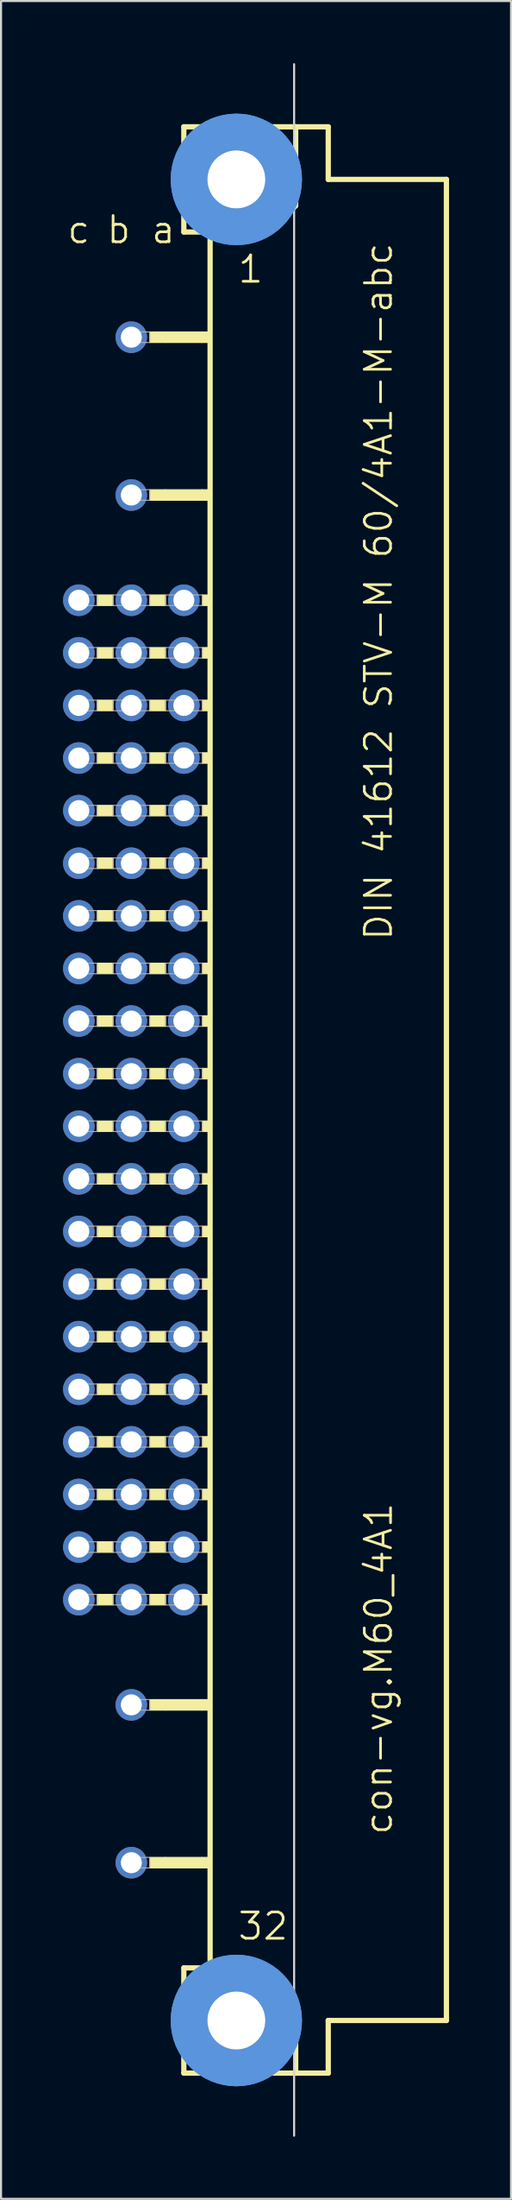
<source format=kicad_pcb>
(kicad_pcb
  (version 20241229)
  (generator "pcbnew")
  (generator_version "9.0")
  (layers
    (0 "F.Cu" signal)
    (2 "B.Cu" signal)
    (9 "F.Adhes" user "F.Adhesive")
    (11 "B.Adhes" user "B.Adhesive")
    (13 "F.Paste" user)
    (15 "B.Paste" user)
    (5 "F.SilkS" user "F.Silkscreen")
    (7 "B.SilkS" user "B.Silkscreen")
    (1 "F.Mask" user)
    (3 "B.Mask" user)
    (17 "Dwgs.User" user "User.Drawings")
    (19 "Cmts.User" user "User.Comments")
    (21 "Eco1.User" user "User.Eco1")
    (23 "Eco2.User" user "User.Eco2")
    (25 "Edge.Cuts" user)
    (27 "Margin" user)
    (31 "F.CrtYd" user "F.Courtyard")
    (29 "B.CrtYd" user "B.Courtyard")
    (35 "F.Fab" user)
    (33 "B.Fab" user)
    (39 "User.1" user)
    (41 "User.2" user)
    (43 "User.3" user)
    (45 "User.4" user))
  (footprint "con-vg.M60_4A1"
    (layer "F.Cu")
    (at 8.382 50.063)
    (property "Reference" "con-vg.M60_4A1" (at 7.62 35.56 90) (layer "F.SilkS") (effects (font (size 1.27 1.27) (thickness 0.13)) (justify left bottom)))
    (attr through_hole)
    (fp_line (start -2.54 -46.99) (end -2.54 -41.91) (stroke (width 0.254) (type default)) (layer "F.SilkS"))
    (fp_line (start -2.54 -41.91) (end -1.27 -41.91) (stroke (width 0.254) (type default)) (layer "F.SilkS"))
    (fp_line (start -2.54 41.91) (end -2.54 46.99) (stroke (width 0.254) (type default)) (layer "F.SilkS"))
    (fp_line (start -2.54 41.91) (end -1.27 41.91) (stroke (width 0.254) (type default)) (layer "F.SilkS"))
    (fp_line (start -2.54 46.99) (end 2.87 46.99) (stroke (width 0.254) (type default)) (layer "F.SilkS"))
    (fp_line (start -1.27 -41.91) (end -1.27 41.91) (stroke (width 0.254) (type default)) (layer "F.SilkS"))
    (fp_line (start -1.27 -41.91) (end 1.6 -41.91) (stroke (width 0.254) (type default)) (layer "F.SilkS"))
    (fp_line (start -1.27 41.91) (end 1.27 41.91) (stroke (width 0.254) (type default)) (layer "F.SilkS"))
    (fp_line (start 1.6 -41.91) (end 2.87 -43.18) (stroke (width 0.254) (type default)) (layer "F.SilkS"))
    (fp_line (start 2.87 -46.99) (end -2.54 -46.99) (stroke (width 0.254) (type default)) (layer "F.SilkS"))
    (fp_line (start 2.87 -43.18) (end 2.87 -46.99) (stroke (width 0.254) (type default)) (layer "F.SilkS"))
    (fp_line (start 2.87 43.51) (end 1.27 41.91) (stroke (width 0.254) (type default)) (layer "F.SilkS"))
    (fp_line (start 2.87 43.51) (end 2.87 46.99) (stroke (width 0.254) (type default)) (layer "F.SilkS"))
    (fp_line (start 2.87 46.99) (end 4.445 46.99) (stroke (width 0.254) (type default)) (layer "F.SilkS"))
    (fp_line (start 4.445 -46.99) (end 2.87 -46.99) (stroke (width 0.254) (type default)) (layer "F.SilkS"))
    (fp_line (start 4.445 -44.45) (end 4.445 -46.99) (stroke (width 0.254) (type default)) (layer "F.SilkS"))
    (fp_line (start 4.445 44.45) (end 10.16 44.45) (stroke (width 0.254) (type default)) (layer "F.SilkS"))
    (fp_line (start 4.445 46.99) (end 4.445 44.45) (stroke (width 0.254) (type default)) (layer "F.SilkS"))
    (fp_line (start 10.16 -44.45) (end 4.445 -44.45) (stroke (width 0.254) (type default)) (layer "F.SilkS"))
    (fp_line (start 10.16 44.45) (end 10.16 -44.45) (stroke (width 0.254) (type default)) (layer "F.SilkS"))
    (fp_rect (start -6.731 -23.876) (end -5.969 -24.384) (stroke (width 0.05) (type default)) (fill yes) (layer "F.SilkS"))
    (fp_rect (start -6.731 -21.336) (end -5.969 -21.844) (stroke (width 0.05) (type default)) (fill yes) (layer "F.SilkS"))
    (fp_rect (start -6.731 -18.796) (end -5.969 -19.304) (stroke (width 0.05) (type default)) (fill yes) (layer "F.SilkS"))
    (fp_rect (start -6.731 -16.256) (end -5.969 -16.764) (stroke (width 0.05) (type default)) (fill yes) (layer "F.SilkS"))
    (fp_rect (start -6.731 -13.716) (end -5.969 -14.224) (stroke (width 0.05) (type default)) (fill yes) (layer "F.SilkS"))
    (fp_rect (start -6.731 -11.176) (end -5.969 -11.684) (stroke (width 0.05) (type default)) (fill yes) (layer "F.SilkS"))
    (fp_rect (start -6.731 -8.636) (end -5.969 -9.144) (stroke (width 0.05) (type default)) (fill yes) (layer "F.SilkS"))
    (fp_rect (start -6.731 -6.096) (end -5.969 -6.604) (stroke (width 0.05) (type default)) (fill yes) (layer "F.SilkS"))
    (fp_rect (start -6.731 -3.556) (end -5.969 -4.064) (stroke (width 0.05) (type default)) (fill yes) (layer "F.SilkS"))
    (fp_rect (start -6.731 -1.016) (end -5.969 -1.524) (stroke (width 0.05) (type default)) (fill yes) (layer "F.SilkS"))
    (fp_rect (start -6.731 1.524) (end -5.969 1.016) (stroke (width 0.05) (type default)) (fill yes) (layer "F.SilkS"))
    (fp_rect (start -6.731 4.064) (end -5.969 3.556) (stroke (width 0.05) (type default)) (fill yes) (layer "F.SilkS"))
    (fp_rect (start -6.731 6.604) (end -5.969 6.096) (stroke (width 0.05) (type default)) (fill yes) (layer "F.SilkS"))
    (fp_rect (start -6.731 9.144) (end -5.969 8.636) (stroke (width 0.05) (type default)) (fill yes) (layer "F.SilkS"))
    (fp_rect (start -6.731 11.684) (end -5.969 11.176) (stroke (width 0.05) (type default)) (fill yes) (layer "F.SilkS"))
    (fp_rect (start -6.731 14.224) (end -5.969 13.716) (stroke (width 0.05) (type default)) (fill yes) (layer "F.SilkS"))
    (fp_rect (start -6.731 16.764) (end -5.969 16.256) (stroke (width 0.05) (type default)) (fill yes) (layer "F.SilkS"))
    (fp_rect (start -6.731 19.304) (end -5.969 18.796) (stroke (width 0.05) (type default)) (fill yes) (layer "F.SilkS"))
    (fp_rect (start -6.731 21.844) (end -5.969 21.336) (stroke (width 0.05) (type default)) (fill yes) (layer "F.SilkS"))
    (fp_rect (start -6.731 24.384) (end -5.969 23.876) (stroke (width 0.05) (type default)) (fill yes) (layer "F.SilkS"))
    (fp_rect (start -4.191 -36.576) (end -3.429 -37.084) (stroke (width 0.05) (type default)) (fill yes) (layer "F.SilkS"))
    (fp_rect (start -4.191 -28.956) (end -3.429 -29.464) (stroke (width 0.05) (type default)) (fill yes) (layer "F.SilkS"))
    (fp_rect (start -4.191 -23.876) (end -3.429 -24.384) (stroke (width 0.05) (type default)) (fill yes) (layer "F.SilkS"))
    (fp_rect (start -4.191 -21.336) (end -3.429 -21.844) (stroke (width 0.05) (type default)) (fill yes) (layer "F.SilkS"))
    (fp_rect (start -4.191 -18.796) (end -3.429 -19.304) (stroke (width 0.05) (type default)) (fill yes) (layer "F.SilkS"))
    (fp_rect (start -4.191 -16.256) (end -3.429 -16.764) (stroke (width 0.05) (type default)) (fill yes) (layer "F.SilkS"))
    (fp_rect (start -4.191 -13.716) (end -3.429 -14.224) (stroke (width 0.05) (type default)) (fill yes) (layer "F.SilkS"))
    (fp_rect (start -4.191 -11.176) (end -3.429 -11.684) (stroke (width 0.05) (type default)) (fill yes) (layer "F.SilkS"))
    (fp_rect (start -4.191 -8.636) (end -3.429 -9.144) (stroke (width 0.05) (type default)) (fill yes) (layer "F.SilkS"))
    (fp_rect (start -4.191 -6.096) (end -3.429 -6.604) (stroke (width 0.05) (type default)) (fill yes) (layer "F.SilkS"))
    (fp_rect (start -4.191 -3.556) (end -3.429 -4.064) (stroke (width 0.05) (type default)) (fill yes) (layer "F.SilkS"))
    (fp_rect (start -4.191 -1.016) (end -3.429 -1.524) (stroke (width 0.05) (type default)) (fill yes) (layer "F.SilkS"))
    (fp_rect (start -4.191 1.524) (end -3.429 1.016) (stroke (width 0.05) (type default)) (fill yes) (layer "F.SilkS"))
    (fp_rect (start -4.191 4.064) (end -3.429 3.556) (stroke (width 0.05) (type default)) (fill yes) (layer "F.SilkS"))
    (fp_rect (start -4.191 6.604) (end -3.429 6.096) (stroke (width 0.05) (type default)) (fill yes) (layer "F.SilkS"))
    (fp_rect (start -4.191 9.144) (end -3.429 8.636) (stroke (width 0.05) (type default)) (fill yes) (layer "F.SilkS"))
    (fp_rect (start -4.191 11.684) (end -3.429 11.176) (stroke (width 0.05) (type default)) (fill yes) (layer "F.SilkS"))
    (fp_rect (start -4.191 14.224) (end -3.429 13.716) (stroke (width 0.05) (type default)) (fill yes) (layer "F.SilkS"))
    (fp_rect (start -4.191 16.764) (end -3.429 16.256) (stroke (width 0.05) (type default)) (fill yes) (layer "F.SilkS"))
    (fp_rect (start -4.191 19.304) (end -3.429 18.796) (stroke (width 0.05) (type default)) (fill yes) (layer "F.SilkS"))
    (fp_rect (start -4.191 21.844) (end -3.429 21.336) (stroke (width 0.05) (type default)) (fill yes) (layer "F.SilkS"))
    (fp_rect (start -4.191 24.384) (end -3.429 23.876) (stroke (width 0.05) (type default)) (fill yes) (layer "F.SilkS"))
    (fp_rect (start -4.191 29.464) (end -3.429 28.956) (stroke (width 0.05) (type default)) (fill yes) (layer "F.SilkS"))
    (fp_rect (start -4.191 37.084) (end -3.429 36.576) (stroke (width 0.05) (type default)) (fill yes) (layer "F.SilkS"))
    (fp_rect (start -3.429 -36.576) (end -1.651 -37.084) (stroke (width 0.05) (type default)) (fill yes) (layer "F.SilkS"))
    (fp_rect (start -3.429 -28.956) (end -1.651 -29.464) (stroke (width 0.05) (type default)) (fill yes) (layer "F.SilkS"))
    (fp_rect (start -3.429 29.464) (end -1.651 28.956) (stroke (width 0.05) (type default)) (fill yes) (layer "F.SilkS"))
    (fp_rect (start -3.429 37.084) (end -1.651 36.576) (stroke (width 0.05) (type default)) (fill yes) (layer "F.SilkS"))
    (fp_rect (start -1.651 -36.576) (end -1.27 -37.084) (stroke (width 0.05) (type default)) (fill yes) (layer "F.SilkS"))
    (fp_rect (start -1.651 -28.956) (end -1.27 -29.464) (stroke (width 0.05) (type default)) (fill yes) (layer "F.SilkS"))
    (fp_rect (start -1.651 -23.876) (end -1.27 -24.384) (stroke (width 0.05) (type default)) (fill yes) (layer "F.SilkS"))
    (fp_rect (start -1.651 -21.336) (end -1.27 -21.844) (stroke (width 0.05) (type default)) (fill yes) (layer "F.SilkS"))
    (fp_rect (start -1.651 -18.796) (end -1.27 -19.304) (stroke (width 0.05) (type default)) (fill yes) (layer "F.SilkS"))
    (fp_rect (start -1.651 -16.256) (end -1.27 -16.764) (stroke (width 0.05) (type default)) (fill yes) (layer "F.SilkS"))
    (fp_rect (start -1.651 -13.716) (end -1.27 -14.224) (stroke (width 0.05) (type default)) (fill yes) (layer "F.SilkS"))
    (fp_rect (start -1.651 -11.176) (end -1.27 -11.684) (stroke (width 0.05) (type default)) (fill yes) (layer "F.SilkS"))
    (fp_rect (start -1.651 -8.636) (end -1.27 -9.144) (stroke (width 0.05) (type default)) (fill yes) (layer "F.SilkS"))
    (fp_rect (start -1.651 -6.096) (end -1.27 -6.604) (stroke (width 0.05) (type default)) (fill yes) (layer "F.SilkS"))
    (fp_rect (start -1.651 -3.556) (end -1.27 -4.064) (stroke (width 0.05) (type default)) (fill yes) (layer "F.SilkS"))
    (fp_rect (start -1.651 -1.016) (end -1.27 -1.524) (stroke (width 0.05) (type default)) (fill yes) (layer "F.SilkS"))
    (fp_rect (start -1.651 1.524) (end -1.27 1.016) (stroke (width 0.05) (type default)) (fill yes) (layer "F.SilkS"))
    (fp_rect (start -1.651 4.064) (end -1.27 3.556) (stroke (width 0.05) (type default)) (fill yes) (layer "F.SilkS"))
    (fp_rect (start -1.651 6.604) (end -1.27 6.096) (stroke (width 0.05) (type default)) (fill yes) (layer "F.SilkS"))
    (fp_rect (start -1.651 9.144) (end -1.27 8.636) (stroke (width 0.05) (type default)) (fill yes) (layer "F.SilkS"))
    (fp_rect (start -1.651 11.684) (end -1.27 11.176) (stroke (width 0.05) (type default)) (fill yes) (layer "F.SilkS"))
    (fp_rect (start -1.651 14.224) (end -1.27 13.716) (stroke (width 0.05) (type default)) (fill yes) (layer "F.SilkS"))
    (fp_rect (start -1.651 16.764) (end -1.27 16.256) (stroke (width 0.05) (type default)) (fill yes) (layer "F.SilkS"))
    (fp_rect (start -1.651 19.304) (end -1.27 18.796) (stroke (width 0.05) (type default)) (fill yes) (layer "F.SilkS"))
    (fp_rect (start -1.651 21.844) (end -1.27 21.336) (stroke (width 0.05) (type default)) (fill yes) (layer "F.SilkS"))
    (fp_rect (start -1.651 24.384) (end -1.27 23.876) (stroke (width 0.05) (type default)) (fill yes) (layer "F.SilkS"))
    (fp_rect (start -1.651 29.464) (end -1.27 28.956) (stroke (width 0.05) (type default)) (fill yes) (layer "F.SilkS"))
    (fp_rect (start -1.651 37.084) (end -1.27 36.576) (stroke (width 0.05) (type default)) (fill yes) (layer "F.SilkS"))
    (fp_circle (center 0 -44.45) (end 1.27 -44.45) (stroke (width 0.254) (type default)) (fill no) (layer "F.SilkS"))
    (fp_circle (center 0 44.45) (end 1.27 44.45) (stroke (width 0.254) (type default)) (fill no) (layer "F.SilkS"))
    (fp_circle (center 0 -44.45) (end 2.286 -44.45) (stroke (width 1.778) (type default)) (fill no) (layer "Cmts.User"))
    (fp_circle (center 0 -44.45) (end 2.286 -44.45) (stroke (width 1.778) (type default)) (fill no) (layer "Cmts.User"))
    (fp_circle (center 0 44.45) (end 2.286 44.45) (stroke (width 1.778) (type default)) (fill no) (layer "Cmts.User"))
    (fp_circle (center 0 44.45) (end 2.286 44.45) (stroke (width 1.778) (type default)) (fill no) (layer "Cmts.User"))
    (fp_line (start 2.794 50.013) (end 2.794 -50.013) (stroke (width 0.1) (type default)) (layer "Edge.Cuts"))
    (fp_rect (start -7.874 -23.876) (end -6.731 -24.384) (stroke (width 0.05) (type default)) (fill no) (layer "F.Fab"))
    (fp_rect (start -7.874 -21.336) (end -6.731 -21.844) (stroke (width 0.05) (type default)) (fill no) (layer "F.Fab"))
    (fp_rect (start -7.874 -18.796) (end -6.731 -19.304) (stroke (width 0.05) (type default)) (fill no) (layer "F.Fab"))
    (fp_rect (start -7.874 -16.256) (end -6.731 -16.764) (stroke (width 0.05) (type default)) (fill no) (layer "F.Fab"))
    (fp_rect (start -7.874 -13.716) (end -6.731 -14.224) (stroke (width 0.05) (type default)) (fill no) (layer "F.Fab"))
    (fp_rect (start -7.874 -11.176) (end -6.731 -11.684) (stroke (width 0.05) (type default)) (fill no) (layer "F.Fab"))
    (fp_rect (start -7.874 -8.636) (end -6.731 -9.144) (stroke (width 0.05) (type default)) (fill no) (layer "F.Fab"))
    (fp_rect (start -7.874 -6.096) (end -6.731 -6.604) (stroke (width 0.05) (type default)) (fill no) (layer "F.Fab"))
    (fp_rect (start -7.874 -3.556) (end -6.731 -4.064) (stroke (width 0.05) (type default)) (fill no) (layer "F.Fab"))
    (fp_rect (start -7.874 -1.016) (end -6.731 -1.524) (stroke (width 0.05) (type default)) (fill no) (layer "F.Fab"))
    (fp_rect (start -7.874 1.524) (end -6.731 1.016) (stroke (width 0.05) (type default)) (fill no) (layer "F.Fab"))
    (fp_rect (start -7.874 4.064) (end -6.731 3.556) (stroke (width 0.05) (type default)) (fill no) (layer "F.Fab"))
    (fp_rect (start -7.874 6.604) (end -6.731 6.096) (stroke (width 0.05) (type default)) (fill no) (layer "F.Fab"))
    (fp_rect (start -7.874 9.144) (end -6.731 8.636) (stroke (width 0.05) (type default)) (fill no) (layer "F.Fab"))
    (fp_rect (start -7.874 11.684) (end -6.731 11.176) (stroke (width 0.05) (type default)) (fill no) (layer "F.Fab"))
    (fp_rect (start -7.874 14.224) (end -6.731 13.716) (stroke (width 0.05) (type default)) (fill no) (layer "F.Fab"))
    (fp_rect (start -7.874 16.764) (end -6.731 16.256) (stroke (width 0.05) (type default)) (fill no) (layer "F.Fab"))
    (fp_rect (start -7.874 19.304) (end -6.731 18.796) (stroke (width 0.05) (type default)) (fill no) (layer "F.Fab"))
    (fp_rect (start -7.874 21.844) (end -6.731 21.336) (stroke (width 0.05) (type default)) (fill no) (layer "F.Fab"))
    (fp_rect (start -7.874 24.384) (end -6.731 23.876) (stroke (width 0.05) (type default)) (fill no) (layer "F.Fab"))
    (fp_rect (start -5.969 -23.876) (end -4.191 -24.384) (stroke (width 0.05) (type default)) (fill no) (layer "F.Fab"))
    (fp_rect (start -5.969 -21.336) (end -4.191 -21.844) (stroke (width 0.05) (type default)) (fill no) (layer "F.Fab"))
    (fp_rect (start -5.969 -18.796) (end -4.191 -19.304) (stroke (width 0.05) (type default)) (fill no) (layer "F.Fab"))
    (fp_rect (start -5.969 -16.256) (end -4.191 -16.764) (stroke (width 0.05) (type default)) (fill no) (layer "F.Fab"))
    (fp_rect (start -5.969 -13.716) (end -4.191 -14.224) (stroke (width 0.05) (type default)) (fill no) (layer "F.Fab"))
    (fp_rect (start -5.969 -11.176) (end -4.191 -11.684) (stroke (width 0.05) (type default)) (fill no) (layer "F.Fab"))
    (fp_rect (start -5.969 -8.636) (end -4.191 -9.144) (stroke (width 0.05) (type default)) (fill no) (layer "F.Fab"))
    (fp_rect (start -5.969 -6.096) (end -4.191 -6.604) (stroke (width 0.05) (type default)) (fill no) (layer "F.Fab"))
    (fp_rect (start -5.969 -3.556) (end -4.191 -4.064) (stroke (width 0.05) (type default)) (fill no) (layer "F.Fab"))
    (fp_rect (start -5.969 -1.016) (end -4.191 -1.524) (stroke (width 0.05) (type default)) (fill no) (layer "F.Fab"))
    (fp_rect (start -5.969 1.524) (end -4.191 1.016) (stroke (width 0.05) (type default)) (fill no) (layer "F.Fab"))
    (fp_rect (start -5.969 4.064) (end -4.191 3.556) (stroke (width 0.05) (type default)) (fill no) (layer "F.Fab"))
    (fp_rect (start -5.969 6.604) (end -4.191 6.096) (stroke (width 0.05) (type default)) (fill no) (layer "F.Fab"))
    (fp_rect (start -5.969 9.144) (end -4.191 8.636) (stroke (width 0.05) (type default)) (fill no) (layer "F.Fab"))
    (fp_rect (start -5.969 11.684) (end -4.191 11.176) (stroke (width 0.05) (type default)) (fill no) (layer "F.Fab"))
    (fp_rect (start -5.969 14.224) (end -4.191 13.716) (stroke (width 0.05) (type default)) (fill no) (layer "F.Fab"))
    (fp_rect (start -5.969 16.764) (end -4.191 16.256) (stroke (width 0.05) (type default)) (fill no) (layer "F.Fab"))
    (fp_rect (start -5.969 19.304) (end -4.191 18.796) (stroke (width 0.05) (type default)) (fill no) (layer "F.Fab"))
    (fp_rect (start -5.969 21.844) (end -4.191 21.336) (stroke (width 0.05) (type default)) (fill no) (layer "F.Fab"))
    (fp_rect (start -5.969 24.384) (end -4.191 23.876) (stroke (width 0.05) (type default)) (fill no) (layer "F.Fab"))
    (fp_rect (start -5.334 -36.576) (end -4.191 -37.084) (stroke (width 0.05) (type default)) (fill no) (layer "F.Fab"))
    (fp_rect (start -5.334 -28.956) (end -4.191 -29.464) (stroke (width 0.05) (type default)) (fill no) (layer "F.Fab"))
    (fp_rect (start -5.334 29.464) (end -4.191 28.956) (stroke (width 0.05) (type default)) (fill no) (layer "F.Fab"))
    (fp_rect (start -5.334 37.084) (end -4.191 36.576) (stroke (width 0.05) (type default)) (fill no) (layer "F.Fab"))
    (fp_rect (start -3.429 -23.876) (end -1.651 -24.384) (stroke (width 0.05) (type default)) (fill no) (layer "F.Fab"))
    (fp_rect (start -3.429 -21.336) (end -1.651 -21.844) (stroke (width 0.05) (type default)) (fill no) (layer "F.Fab"))
    (fp_rect (start -3.429 -18.796) (end -1.651 -19.304) (stroke (width 0.05) (type default)) (fill no) (layer "F.Fab"))
    (fp_rect (start -3.429 -16.256) (end -1.651 -16.764) (stroke (width 0.05) (type default)) (fill no) (layer "F.Fab"))
    (fp_rect (start -3.429 -13.716) (end -1.651 -14.224) (stroke (width 0.05) (type default)) (fill no) (layer "F.Fab"))
    (fp_rect (start -3.429 -11.176) (end -1.651 -11.684) (stroke (width 0.05) (type default)) (fill no) (layer "F.Fab"))
    (fp_rect (start -3.429 -8.636) (end -1.651 -9.144) (stroke (width 0.05) (type default)) (fill no) (layer "F.Fab"))
    (fp_rect (start -3.429 -6.096) (end -1.651 -6.604) (stroke (width 0.05) (type default)) (fill no) (layer "F.Fab"))
    (fp_rect (start -3.429 -3.556) (end -1.651 -4.064) (stroke (width 0.05) (type default)) (fill no) (layer "F.Fab"))
    (fp_rect (start -3.429 -1.016) (end -1.651 -1.524) (stroke (width 0.05) (type default)) (fill no) (layer "F.Fab"))
    (fp_rect (start -3.429 1.524) (end -1.651 1.016) (stroke (width 0.05) (type default)) (fill no) (layer "F.Fab"))
    (fp_rect (start -3.429 4.064) (end -1.651 3.556) (stroke (width 0.05) (type default)) (fill no) (layer "F.Fab"))
    (fp_rect (start -3.429 6.604) (end -1.651 6.096) (stroke (width 0.05) (type default)) (fill no) (layer "F.Fab"))
    (fp_rect (start -3.429 9.144) (end -1.651 8.636) (stroke (width 0.05) (type default)) (fill no) (layer "F.Fab"))
    (fp_rect (start -3.429 11.684) (end -1.651 11.176) (stroke (width 0.05) (type default)) (fill no) (layer "F.Fab"))
    (fp_rect (start -3.429 14.224) (end -1.651 13.716) (stroke (width 0.05) (type default)) (fill no) (layer "F.Fab"))
    (fp_rect (start -3.429 16.764) (end -1.651 16.256) (stroke (width 0.05) (type default)) (fill no) (layer "F.Fab"))
    (fp_rect (start -3.429 19.304) (end -1.651 18.796) (stroke (width 0.05) (type default)) (fill no) (layer "F.Fab"))
    (fp_rect (start -3.429 21.844) (end -1.651 21.336) (stroke (width 0.05) (type default)) (fill no) (layer "F.Fab"))
    (fp_rect (start -3.429 24.384) (end -1.651 23.876) (stroke (width 0.05) (type default)) (fill no) (layer "F.Fab"))
    (fp_text user "1" (at 0 -39.37 0) (layer "F.SilkS") (effects (font (size 1.27 1.27) (thickness 0.13)) (justify left bottom)))
    (fp_text user "32" (at 0 40.64 0) (layer "F.SilkS") (effects (font (size 1.27 1.27) (thickness 0.13)) (justify left bottom)))
    (fp_text user "a" (at -4.191 -41.275 0) (layer "F.SilkS") (effects (font (size 1.27 1.27) (thickness 0.13)) (justify left bottom)))
    (fp_text user "b" (at -6.35 -41.275 0) (layer "F.SilkS") (effects (font (size 1.27 1.27) (thickness 0.13)) (justify left bottom)))
    (fp_text user "c" (at -8.255 -41.275 0) (layer "F.SilkS") (effects (font (size 1.27 1.27) (thickness 0.13)) (justify left bottom)))
    (fp_text user "DIN 41612 STV-M 60/4A1-M-abc" (at 7.62 -7.62 90) (layer "F.SilkS") (effects (font (size 1.27 1.27) (thickness 0.13)) (justify left bottom)))
    (pad "" np_thru_hole circle (at 0 -44.45) (size 2.794 2.794) (drill 2.794) (layers "*.Cu" "*.Mask"))
    (pad "" np_thru_hole circle (at 0 44.45) (size 2.794 2.794) (drill 2.794) (layers "*.Cu" "*.Mask"))
    (pad "A7" thru_hole circle (at -2.54 -24.13) (size 1.524 1.524) (drill 1.016) (layers "*.Cu" "*.Mask"))
    (pad "A8" thru_hole circle (at -2.54 -21.59) (size 1.524 1.524) (drill 1.016) (layers "*.Cu" "*.Mask"))
    (pad "A9" thru_hole circle (at -2.54 -19.05) (size 1.524 1.524) (drill 1.016) (layers "*.Cu" "*.Mask"))
    (pad "A10" thru_hole circle (at -2.54 -16.51) (size 1.524 1.524) (drill 1.016) (layers "*.Cu" "*.Mask"))
    (pad "A11" thru_hole circle (at -2.54 -13.97) (size 1.524 1.524) (drill 1.016) (layers "*.Cu" "*.Mask"))
    (pad "A12" thru_hole circle (at -2.54 -11.43) (size 1.524 1.524) (drill 1.016) (layers "*.Cu" "*.Mask"))
    (pad "A13" thru_hole circle (at -2.54 -8.89) (size 1.524 1.524) (drill 1.016) (layers "*.Cu" "*.Mask"))
    (pad "A14" thru_hole circle (at -2.54 -6.35) (size 1.524 1.524) (drill 1.016) (layers "*.Cu" "*.Mask"))
    (pad "A15" thru_hole circle (at -2.54 -3.81) (size 1.524 1.524) (drill 1.016) (layers "*.Cu" "*.Mask"))
    (pad "A16" thru_hole circle (at -2.54 -1.27) (size 1.524 1.524) (drill 1.016) (layers "*.Cu" "*.Mask"))
    (pad "A17" thru_hole circle (at -2.54 1.27) (size 1.524 1.524) (drill 1.016) (layers "*.Cu" "*.Mask"))
    (pad "A18" thru_hole circle (at -2.54 3.81) (size 1.524 1.524) (drill 1.016) (layers "*.Cu" "*.Mask"))
    (pad "A19" thru_hole circle (at -2.54 6.35) (size 1.524 1.524) (drill 1.016) (layers "*.Cu" "*.Mask"))
    (pad "A20" thru_hole circle (at -2.54 8.89) (size 1.524 1.524) (drill 1.016) (layers "*.Cu" "*.Mask"))
    (pad "A21" thru_hole circle (at -2.54 11.43) (size 1.524 1.524) (drill 1.016) (layers "*.Cu" "*.Mask"))
    (pad "A22" thru_hole circle (at -2.54 13.97) (size 1.524 1.524) (drill 1.016) (layers "*.Cu" "*.Mask"))
    (pad "A23" thru_hole circle (at -2.54 16.51) (size 1.524 1.524) (drill 1.016) (layers "*.Cu" "*.Mask"))
    (pad "A24" thru_hole circle (at -2.54 19.05) (size 1.524 1.524) (drill 1.016) (layers "*.Cu" "*.Mask"))
    (pad "A25" thru_hole circle (at -2.54 21.59) (size 1.524 1.524) (drill 1.016) (layers "*.Cu" "*.Mask"))
    (pad "A26" thru_hole circle (at -2.54 24.13) (size 1.524 1.524) (drill 1.016) (layers "*.Cu" "*.Mask"))
    (pad "B2" thru_hole circle (at -5.08 -36.83) (size 1.524 1.524) (drill 1.016) (layers "*.Cu" "*.Mask"))
    (pad "B5" thru_hole circle (at -5.08 -29.21) (size 1.524 1.524) (drill 1.016) (layers "*.Cu" "*.Mask"))
    (pad "B7" thru_hole circle (at -5.08 -24.13) (size 1.524 1.524) (drill 1.016) (layers "*.Cu" "*.Mask"))
    (pad "B8" thru_hole circle (at -5.08 -21.59) (size 1.524 1.524) (drill 1.016) (layers "*.Cu" "*.Mask"))
    (pad "B9" thru_hole circle (at -5.08 -19.05) (size 1.524 1.524) (drill 1.016) (layers "*.Cu" "*.Mask"))
    (pad "B10" thru_hole circle (at -5.08 -16.51) (size 1.524 1.524) (drill 1.016) (layers "*.Cu" "*.Mask"))
    (pad "B11" thru_hole circle (at -5.08 -13.97) (size 1.524 1.524) (drill 1.016) (layers "*.Cu" "*.Mask"))
    (pad "B12" thru_hole circle (at -5.08 -11.43) (size 1.524 1.524) (drill 1.016) (layers "*.Cu" "*.Mask"))
    (pad "B13" thru_hole circle (at -5.08 -8.89) (size 1.524 1.524) (drill 1.016) (layers "*.Cu" "*.Mask"))
    (pad "B14" thru_hole circle (at -5.08 -6.35) (size 1.524 1.524) (drill 1.016) (layers "*.Cu" "*.Mask"))
    (pad "B15" thru_hole circle (at -5.08 -3.81) (size 1.524 1.524) (drill 1.016) (layers "*.Cu" "*.Mask"))
    (pad "B16" thru_hole circle (at -5.08 -1.27) (size 1.524 1.524) (drill 1.016) (layers "*.Cu" "*.Mask"))
    (pad "B17" thru_hole circle (at -5.08 1.27) (size 1.524 1.524) (drill 1.016) (layers "*.Cu" "*.Mask"))
    (pad "B18" thru_hole circle (at -5.08 3.81) (size 1.524 1.524) (drill 1.016) (layers "*.Cu" "*.Mask"))
    (pad "B19" thru_hole circle (at -5.08 6.35) (size 1.524 1.524) (drill 1.016) (layers "*.Cu" "*.Mask"))
    (pad "B20" thru_hole circle (at -5.08 8.89) (size 1.524 1.524) (drill 1.016) (layers "*.Cu" "*.Mask"))
    (pad "B21" thru_hole circle (at -5.08 11.43) (size 1.524 1.524) (drill 1.016) (layers "*.Cu" "*.Mask"))
    (pad "B22" thru_hole circle (at -5.08 13.97) (size 1.524 1.524) (drill 1.016) (layers "*.Cu" "*.Mask"))
    (pad "B23" thru_hole circle (at -5.08 16.51) (size 1.524 1.524) (drill 1.016) (layers "*.Cu" "*.Mask"))
    (pad "B24" thru_hole circle (at -5.08 19.05) (size 1.524 1.524) (drill 1.016) (layers "*.Cu" "*.Mask"))
    (pad "B25" thru_hole circle (at -5.08 21.59) (size 1.524 1.524) (drill 1.016) (layers "*.Cu" "*.Mask"))
    (pad "B26" thru_hole circle (at -5.08 24.13) (size 1.524 1.524) (drill 1.016) (layers "*.Cu" "*.Mask"))
    (pad "B28" thru_hole circle (at -5.08 29.21) (size 1.524 1.524) (drill 1.016) (layers "*.Cu" "*.Mask"))
    (pad "B31" thru_hole circle (at -5.08 36.83) (size 1.524 1.524) (drill 1.016) (layers "*.Cu" "*.Mask"))
    (pad "C7" thru_hole circle (at -7.62 -24.13) (size 1.524 1.524) (drill 1.016) (layers "*.Cu" "*.Mask"))
    (pad "C8" thru_hole circle (at -7.62 -21.59) (size 1.524 1.524) (drill 1.016) (layers "*.Cu" "*.Mask"))
    (pad "C9" thru_hole circle (at -7.62 -19.05) (size 1.524 1.524) (drill 1.016) (layers "*.Cu" "*.Mask"))
    (pad "C10" thru_hole circle (at -7.62 -16.51) (size 1.524 1.524) (drill 1.016) (layers "*.Cu" "*.Mask"))
    (pad "C11" thru_hole circle (at -7.62 -13.97) (size 1.524 1.524) (drill 1.016) (layers "*.Cu" "*.Mask"))
    (pad "C12" thru_hole circle (at -7.62 -11.43) (size 1.524 1.524) (drill 1.016) (layers "*.Cu" "*.Mask"))
    (pad "C13" thru_hole circle (at -7.62 -8.89) (size 1.524 1.524) (drill 1.016) (layers "*.Cu" "*.Mask"))
    (pad "C14" thru_hole circle (at -7.62 -6.35) (size 1.524 1.524) (drill 1.016) (layers "*.Cu" "*.Mask"))
    (pad "C15" thru_hole circle (at -7.62 -3.81) (size 1.524 1.524) (drill 1.016) (layers "*.Cu" "*.Mask"))
    (pad "C16" thru_hole circle (at -7.62 -1.27) (size 1.524 1.524) (drill 1.016) (layers "*.Cu" "*.Mask"))
    (pad "C17" thru_hole circle (at -7.62 1.27) (size 1.524 1.524) (drill 1.016) (layers "*.Cu" "*.Mask"))
    (pad "C18" thru_hole circle (at -7.62 3.81) (size 1.524 1.524) (drill 1.016) (layers "*.Cu" "*.Mask"))
    (pad "C19" thru_hole circle (at -7.62 6.35) (size 1.524 1.524) (drill 1.016) (layers "*.Cu" "*.Mask"))
    (pad "C20" thru_hole circle (at -7.62 8.89) (size 1.524 1.524) (drill 1.016) (layers "*.Cu" "*.Mask"))
    (pad "C21" thru_hole circle (at -7.62 11.43) (size 1.524 1.524) (drill 1.016) (layers "*.Cu" "*.Mask"))
    (pad "C22" thru_hole circle (at -7.62 13.97) (size 1.524 1.524) (drill 1.016) (layers "*.Cu" "*.Mask"))
    (pad "C23" thru_hole circle (at -7.62 16.51) (size 1.524 1.524) (drill 1.016) (layers "*.Cu" "*.Mask"))
    (pad "C24" thru_hole circle (at -7.62 19.05) (size 1.524 1.524) (drill 1.016) (layers "*.Cu" "*.Mask"))
    (pad "C25" thru_hole circle (at -7.62 21.59) (size 1.524 1.524) (drill 1.016) (layers "*.Cu" "*.Mask"))
    (pad "C26" thru_hole circle (at -7.62 24.13) (size 1.524 1.524) (drill 1.016) (layers "*.Cu" "*.Mask")))
  (gr_rect
    (start -3 -3)
    (end 21.669 103.125)
    (stroke (width 0.1) (type default))
    (fill no)
    (layer "Edge.Cuts")))
</source>
